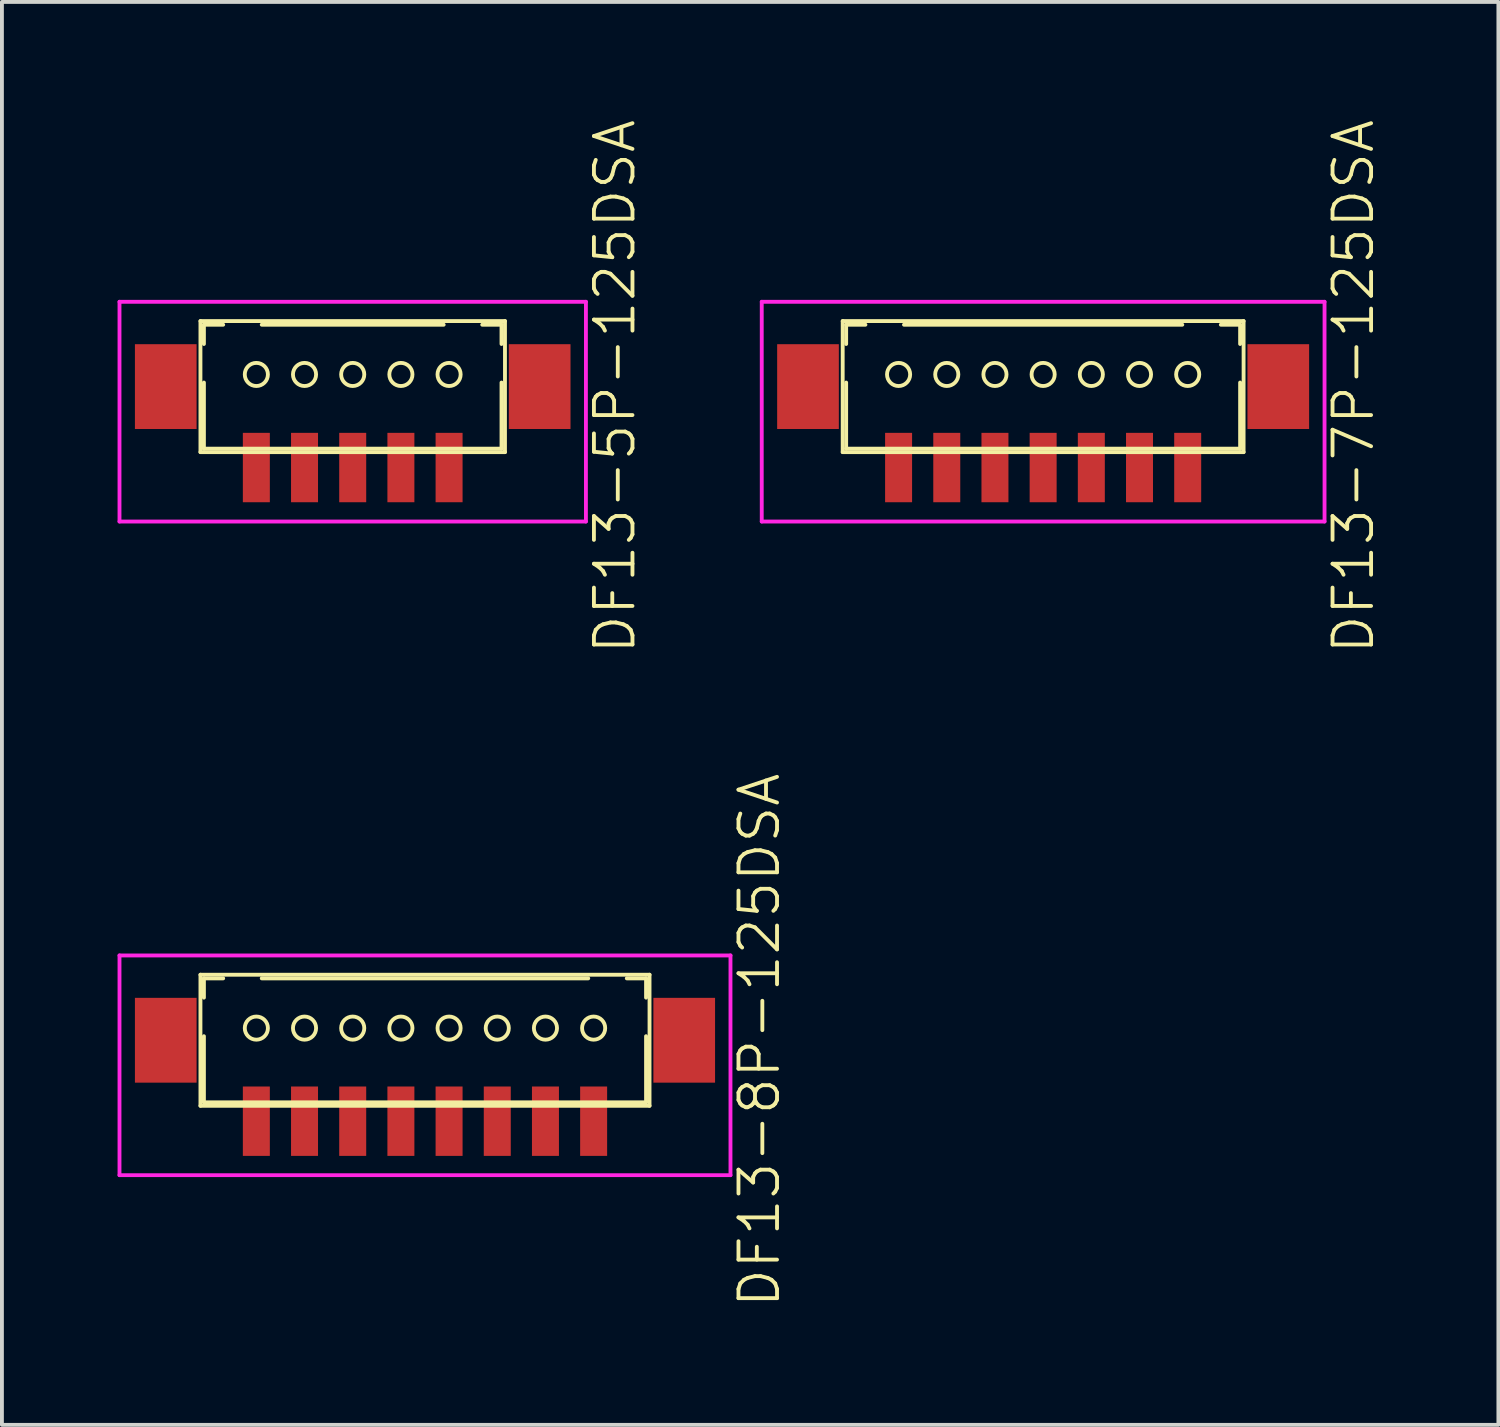
<source format=kicad_pcb>
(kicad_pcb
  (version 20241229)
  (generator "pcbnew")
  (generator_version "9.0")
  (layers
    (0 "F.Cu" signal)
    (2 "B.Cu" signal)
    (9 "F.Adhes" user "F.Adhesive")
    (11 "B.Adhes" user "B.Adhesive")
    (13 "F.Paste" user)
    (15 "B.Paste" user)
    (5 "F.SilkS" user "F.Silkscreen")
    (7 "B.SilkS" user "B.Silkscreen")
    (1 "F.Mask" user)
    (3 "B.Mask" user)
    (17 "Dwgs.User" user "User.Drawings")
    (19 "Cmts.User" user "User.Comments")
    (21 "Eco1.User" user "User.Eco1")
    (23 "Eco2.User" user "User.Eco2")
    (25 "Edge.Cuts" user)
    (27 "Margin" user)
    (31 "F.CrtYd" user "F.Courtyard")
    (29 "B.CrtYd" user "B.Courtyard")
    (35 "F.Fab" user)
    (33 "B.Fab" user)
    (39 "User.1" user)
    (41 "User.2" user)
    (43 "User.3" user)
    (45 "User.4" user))
  (footprint "DF13-8P-125DSA"
    (layer "F.Cu")
    (at 7.975 26.036)
    (property "Reference" "DF13-8P-125DSA" (at 8.675 -2.1 90) (layer "F.SilkS") (effects (font (size 1 1) (thickness 0.1))))
    (attr through_hole)
    (fp_line (start -5.825 -3.8) (end -5.825 -0.4) (stroke (width 0.1) (type solid)) (layer "F.SilkS"))
    (fp_line (start -5.825 -3.8) (end 5.825 -3.8) (stroke (width 0.1) (type solid)) (layer "F.SilkS"))
    (fp_line (start -5.825 -0.4) (end 5.825 -0.4) (stroke (width 0.1) (type solid)) (layer "F.SilkS"))
    (fp_line (start -5.735 -3.705) (end -5.735 -3.205) (stroke (width 0.1) (type solid)) (layer "F.SilkS"))
    (fp_line (start -5.735 -3.705) (end -5.235 -3.705) (stroke (width 0.1) (type solid)) (layer "F.SilkS"))
    (fp_line (start -5.735 -2.205) (end -5.735 -0.49) (stroke (width 0.1) (type solid)) (layer "F.SilkS"))
    (fp_line (start -5.735 -0.49) (end 5.735 -0.49) (stroke (width 0.1) (type solid)) (layer "F.SilkS"))
    (fp_line (start -4.235 -3.705) (end 4.235 -3.705) (stroke (width 0.1) (type solid)) (layer "F.SilkS"))
    (fp_line (start 5.235 -3.705) (end 5.735 -3.705) (stroke (width 0.1) (type solid)) (layer "F.SilkS"))
    (fp_line (start 5.735 -3.705) (end 5.735 -3.205) (stroke (width 0.1) (type solid)) (layer "F.SilkS"))
    (fp_line (start 5.735 -2.205) (end 5.735 -0.49) (stroke (width 0.1) (type solid)) (layer "F.SilkS"))
    (fp_line (start 5.825 -3.8) (end 5.825 -0.4) (stroke (width 0.1) (type solid)) (layer "F.SilkS"))
    (fp_circle (center -4.375 -2.415) (end -4.075 -2.415) (stroke (width 0.1) (type solid)) (fill no) (layer "F.SilkS"))
    (fp_circle (center -3.125 -2.415) (end -2.825 -2.415) (stroke (width 0.1) (type solid)) (fill no) (layer "F.SilkS"))
    (fp_circle (center -1.875 -2.415) (end -1.575 -2.415) (stroke (width 0.1) (type solid)) (fill no) (layer "F.SilkS"))
    (fp_circle (center -0.625 -2.415) (end -0.325 -2.415) (stroke (width 0.1) (type solid)) (fill no) (layer "F.SilkS"))
    (fp_circle (center 0.625 -2.415) (end 0.925 -2.415) (stroke (width 0.1) (type solid)) (fill no) (layer "F.SilkS"))
    (fp_circle (center 1.875 -2.415) (end 2.175 -2.415) (stroke (width 0.1) (type solid)) (fill no) (layer "F.SilkS"))
    (fp_circle (center 3.125 -2.415) (end 3.425 -2.415) (stroke (width 0.1) (type solid)) (fill no) (layer "F.SilkS"))
    (fp_circle (center 4.375 -2.415) (end 4.675 -2.415) (stroke (width 0.1) (type solid)) (fill no) (layer "F.SilkS"))
    (fp_line (start -7.925 -4.3) (end -7.925 1.4) (stroke (width 0.1) (type solid)) (layer "F.CrtYd"))
    (fp_line (start -7.925 1.4) (end 7.925 1.4) (stroke (width 0.1) (type solid)) (layer "F.CrtYd"))
    (fp_line (start 7.925 -4.3) (end -7.925 -4.3) (stroke (width 0.1) (type solid)) (layer "F.CrtYd"))
    (fp_line (start 7.925 1.4) (end 7.925 -4.3) (stroke (width 0.1) (type solid)) (layer "F.CrtYd"))
    (pad "1" smd rect (at -4.375 0) (size 0.7 1.8) (layers "F.Cu" "F.Mask" "F.Paste"))
    (pad "2" smd rect (at -3.125 0) (size 0.7 1.8) (layers "F.Cu" "F.Mask" "F.Paste"))
    (pad "3" smd rect (at -1.875 0) (size 0.7 1.8) (layers "F.Cu" "F.Mask" "F.Paste"))
    (pad "4" smd rect (at -0.625 0) (size 0.7 1.8) (layers "F.Cu" "F.Mask" "F.Paste"))
    (pad "5" smd rect (at 0.625 0) (size 0.7 1.8) (layers "F.Cu" "F.Mask" "F.Paste"))
    (pad "6" smd rect (at 1.875 0) (size 0.7 1.8) (layers "F.Cu" "F.Mask" "F.Paste"))
    (pad "7" smd rect (at 3.125 0) (size 0.7 1.8) (layers "F.Cu" "F.Mask" "F.Paste"))
    (pad "8" smd rect (at 4.375 0) (size 0.7 1.8) (layers "F.Cu" "F.Mask" "F.Paste"))
    (pad "S" smd rect (at -6.725 -2.1) (size 1.6 2.2) (layers "F.Cu" "F.Mask" "F.Paste"))
    (pad "S" smd rect (at 6.725 -2.1) (size 1.6 2.2) (layers "F.Cu" "F.Mask" "F.Paste")))
  (footprint "DF13-7P-125DSA"
    (layer "F.Cu")
    (at 24.011 9.079)
    (property "Reference" "DF13-7P-125DSA" (at 8.05 -2.1 90) (layer "F.SilkS") (effects (font (size 1 1) (thickness 0.1))))
    (attr through_hole)
    (fp_line (start -5.2 -3.8) (end -5.2 -0.4) (stroke (width 0.1) (type solid)) (layer "F.SilkS"))
    (fp_line (start -5.2 -3.8) (end 5.2 -3.8) (stroke (width 0.1) (type solid)) (layer "F.SilkS"))
    (fp_line (start -5.2 -0.4) (end 5.2 -0.4) (stroke (width 0.1) (type solid)) (layer "F.SilkS"))
    (fp_line (start -5.11 -3.705) (end -5.11 -3.205) (stroke (width 0.1) (type solid)) (layer "F.SilkS"))
    (fp_line (start -5.11 -3.705) (end -4.61 -3.705) (stroke (width 0.1) (type solid)) (layer "F.SilkS"))
    (fp_line (start -5.11 -2.205) (end -5.11 -0.49) (stroke (width 0.1) (type solid)) (layer "F.SilkS"))
    (fp_line (start -5.11 -0.49) (end 5.11 -0.49) (stroke (width 0.1) (type solid)) (layer "F.SilkS"))
    (fp_line (start -3.61 -3.705) (end 3.61 -3.705) (stroke (width 0.1) (type solid)) (layer "F.SilkS"))
    (fp_line (start 4.61 -3.705) (end 5.11 -3.705) (stroke (width 0.1) (type solid)) (layer "F.SilkS"))
    (fp_line (start 5.11 -3.705) (end 5.11 -3.205) (stroke (width 0.1) (type solid)) (layer "F.SilkS"))
    (fp_line (start 5.11 -2.205) (end 5.11 -0.49) (stroke (width 0.1) (type solid)) (layer "F.SilkS"))
    (fp_line (start 5.2 -3.8) (end 5.2 -0.4) (stroke (width 0.1) (type solid)) (layer "F.SilkS"))
    (fp_circle (center -3.75 -2.415) (end -3.45 -2.415) (stroke (width 0.1) (type solid)) (fill no) (layer "F.SilkS"))
    (fp_circle (center -2.5 -2.415) (end -2.2 -2.415) (stroke (width 0.1) (type solid)) (fill no) (layer "F.SilkS"))
    (fp_circle (center -1.25 -2.415) (end -0.95 -2.415) (stroke (width 0.1) (type solid)) (fill no) (layer "F.SilkS"))
    (fp_circle (center 0 -2.415) (end 0.3 -2.415) (stroke (width 0.1) (type solid)) (fill no) (layer "F.SilkS"))
    (fp_circle (center 1.25 -2.415) (end 1.55 -2.415) (stroke (width 0.1) (type solid)) (fill no) (layer "F.SilkS"))
    (fp_circle (center 2.5 -2.415) (end 2.8 -2.415) (stroke (width 0.1) (type solid)) (fill no) (layer "F.SilkS"))
    (fp_circle (center 3.75 -2.415) (end 4.05 -2.415) (stroke (width 0.1) (type solid)) (fill no) (layer "F.SilkS"))
    (fp_line (start -7.3 -4.3) (end -7.3 1.4) (stroke (width 0.1) (type solid)) (layer "F.CrtYd"))
    (fp_line (start -7.3 1.4) (end 7.3 1.4) (stroke (width 0.1) (type solid)) (layer "F.CrtYd"))
    (fp_line (start 7.3 -4.3) (end -7.3 -4.3) (stroke (width 0.1) (type solid)) (layer "F.CrtYd"))
    (fp_line (start 7.3 1.4) (end 7.3 -4.3) (stroke (width 0.1) (type solid)) (layer "F.CrtYd"))
    (pad "1" smd rect (at -3.75 0) (size 0.7 1.8) (layers "F.Cu" "F.Mask" "F.Paste"))
    (pad "2" smd rect (at -2.5 0) (size 0.7 1.8) (layers "F.Cu" "F.Mask" "F.Paste"))
    (pad "3" smd rect (at -1.25 0) (size 0.7 1.8) (layers "F.Cu" "F.Mask" "F.Paste"))
    (pad "4" smd rect (at 0 0) (size 0.7 1.8) (layers "F.Cu" "F.Mask" "F.Paste"))
    (pad "5" smd rect (at 1.25 0) (size 0.7 1.8) (layers "F.Cu" "F.Mask" "F.Paste"))
    (pad "6" smd rect (at 2.5 0) (size 0.7 1.8) (layers "F.Cu" "F.Mask" "F.Paste"))
    (pad "7" smd rect (at 3.75 0) (size 0.7 1.8) (layers "F.Cu" "F.Mask" "F.Paste"))
    (pad "S" smd rect (at -6.1 -2.1) (size 1.6 2.2) (layers "F.Cu" "F.Mask" "F.Paste"))
    (pad "S" smd rect (at 6.1 -2.1) (size 1.6 2.2) (layers "F.Cu" "F.Mask" "F.Paste")))
  (footprint "DF13-5P-125DSA"
    (layer "F.Cu")
    (at 6.1 9.079)
    (property "Reference" "DF13-5P-125DSA" (at 6.8 -2.1 90) (layer "F.SilkS") (effects (font (size 1 1) (thickness 0.1))))
    (attr through_hole)
    (fp_line (start -3.95 -3.8) (end -3.95 -0.4) (stroke (width 0.1) (type solid)) (layer "F.SilkS"))
    (fp_line (start -3.95 -3.8) (end 3.95 -3.8) (stroke (width 0.1) (type solid)) (layer "F.SilkS"))
    (fp_line (start -3.95 -0.4) (end 3.95 -0.4) (stroke (width 0.1) (type solid)) (layer "F.SilkS"))
    (fp_line (start -3.86 -3.705) (end -3.86 -3.205) (stroke (width 0.1) (type solid)) (layer "F.SilkS"))
    (fp_line (start -3.86 -3.705) (end -3.36 -3.705) (stroke (width 0.1) (type solid)) (layer "F.SilkS"))
    (fp_line (start -3.86 -2.205) (end -3.86 -0.49) (stroke (width 0.1) (type solid)) (layer "F.SilkS"))
    (fp_line (start -3.86 -0.49) (end 3.86 -0.49) (stroke (width 0.1) (type solid)) (layer "F.SilkS"))
    (fp_line (start -2.36 -3.705) (end 2.36 -3.705) (stroke (width 0.1) (type solid)) (layer "F.SilkS"))
    (fp_line (start 3.36 -3.705) (end 3.86 -3.705) (stroke (width 0.1) (type solid)) (layer "F.SilkS"))
    (fp_line (start 3.86 -3.705) (end 3.86 -3.205) (stroke (width 0.1) (type solid)) (layer "F.SilkS"))
    (fp_line (start 3.86 -2.205) (end 3.86 -0.49) (stroke (width 0.1) (type solid)) (layer "F.SilkS"))
    (fp_line (start 3.95 -3.8) (end 3.95 -0.4) (stroke (width 0.1) (type solid)) (layer "F.SilkS"))
    (fp_circle (center -2.5 -2.415) (end -2.2 -2.415) (stroke (width 0.1) (type solid)) (fill no) (layer "F.SilkS"))
    (fp_circle (center -1.25 -2.415) (end -0.95 -2.415) (stroke (width 0.1) (type solid)) (fill no) (layer "F.SilkS"))
    (fp_circle (center 0 -2.415) (end 0.3 -2.415) (stroke (width 0.1) (type solid)) (fill no) (layer "F.SilkS"))
    (fp_circle (center 1.25 -2.415) (end 1.55 -2.415) (stroke (width 0.1) (type solid)) (fill no) (layer "F.SilkS"))
    (fp_circle (center 2.5 -2.415) (end 2.8 -2.415) (stroke (width 0.1) (type solid)) (fill no) (layer "F.SilkS"))
    (fp_line (start -6.05 -4.3) (end -6.05 1.4) (stroke (width 0.1) (type solid)) (layer "F.CrtYd"))
    (fp_line (start -6.05 1.4) (end 6.05 1.4) (stroke (width 0.1) (type solid)) (layer "F.CrtYd"))
    (fp_line (start 6.05 -4.3) (end -6.05 -4.3) (stroke (width 0.1) (type solid)) (layer "F.CrtYd"))
    (fp_line (start 6.05 1.4) (end 6.05 -4.3) (stroke (width 0.1) (type solid)) (layer "F.CrtYd"))
    (pad "1" smd rect (at -2.5 0) (size 0.7 1.8) (layers "F.Cu" "F.Mask" "F.Paste"))
    (pad "2" smd rect (at -1.25 0) (size 0.7 1.8) (layers "F.Cu" "F.Mask" "F.Paste"))
    (pad "3" smd rect (at 0 0) (size 0.7 1.8) (layers "F.Cu" "F.Mask" "F.Paste"))
    (pad "4" smd rect (at 1.25 0) (size 0.7 1.8) (layers "F.Cu" "F.Mask" "F.Paste"))
    (pad "5" smd rect (at 2.5 0) (size 0.7 1.8) (layers "F.Cu" "F.Mask" "F.Paste"))
    (pad "S" smd rect (at -4.85 -2.1) (size 1.6 2.2) (layers "F.Cu" "F.Mask" "F.Paste"))
    (pad "S" smd rect (at 4.85 -2.1) (size 1.6 2.2) (layers "F.Cu" "F.Mask" "F.Paste")))
  (gr_rect
    (start -3 -3)
    (end 35.821 33.914)
    (stroke (width 0.1) (type default))
    (fill no)
    (layer "Edge.Cuts")))
</source>
